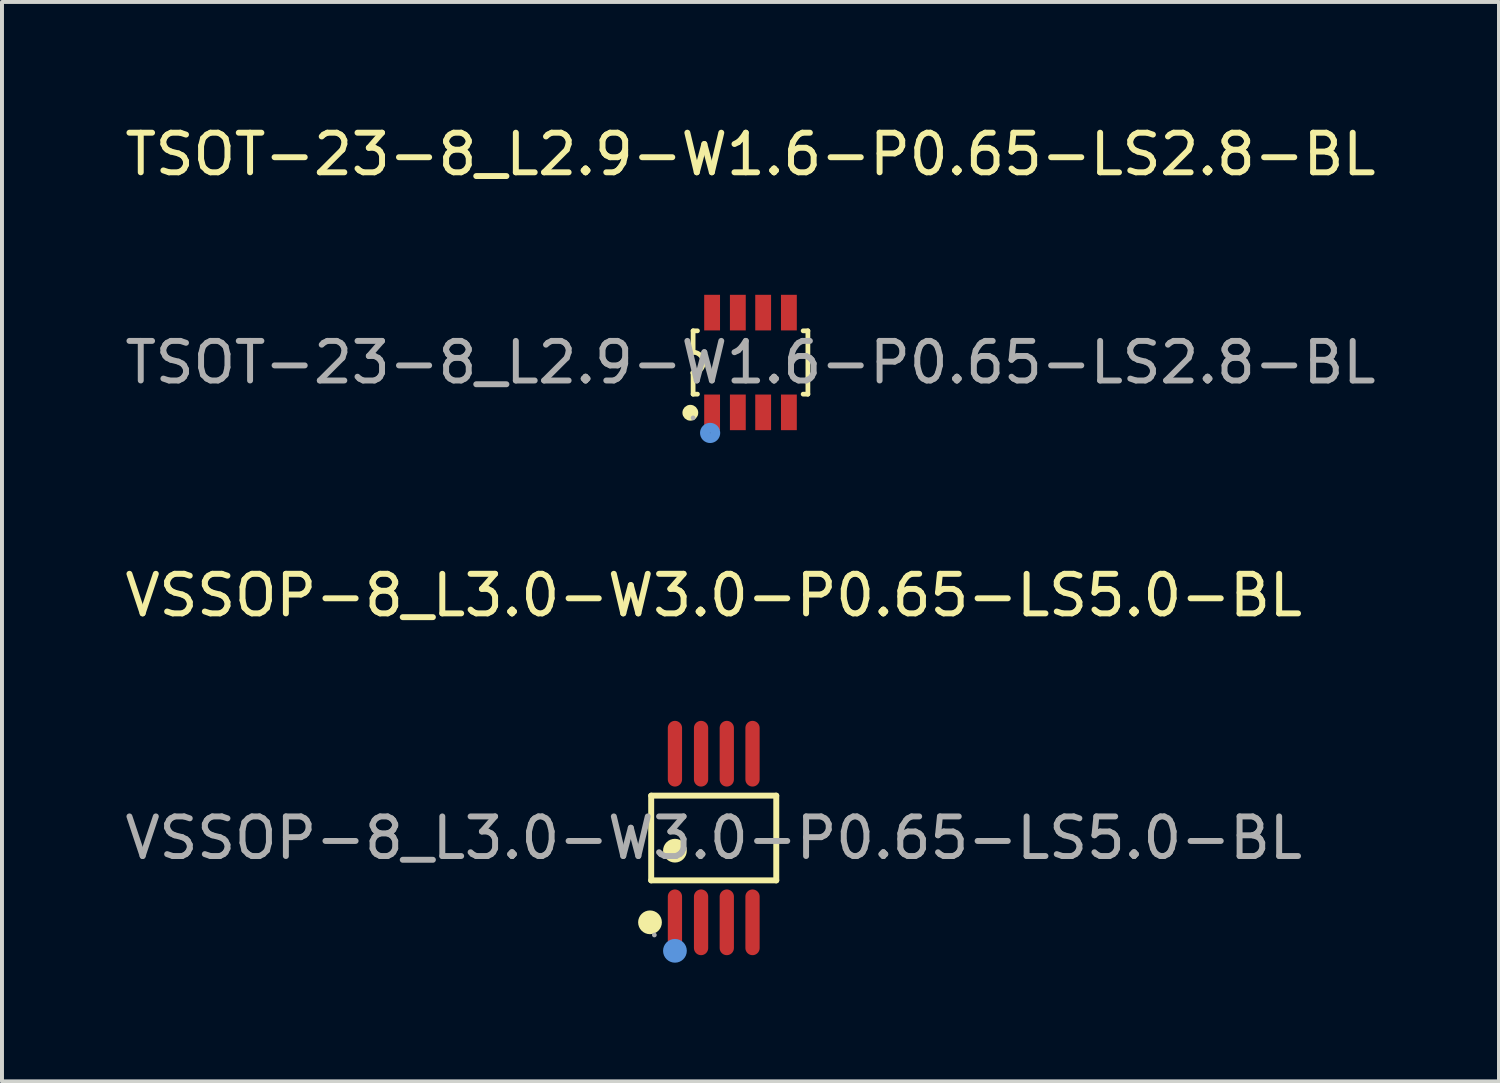
<source format=kicad_pcb>
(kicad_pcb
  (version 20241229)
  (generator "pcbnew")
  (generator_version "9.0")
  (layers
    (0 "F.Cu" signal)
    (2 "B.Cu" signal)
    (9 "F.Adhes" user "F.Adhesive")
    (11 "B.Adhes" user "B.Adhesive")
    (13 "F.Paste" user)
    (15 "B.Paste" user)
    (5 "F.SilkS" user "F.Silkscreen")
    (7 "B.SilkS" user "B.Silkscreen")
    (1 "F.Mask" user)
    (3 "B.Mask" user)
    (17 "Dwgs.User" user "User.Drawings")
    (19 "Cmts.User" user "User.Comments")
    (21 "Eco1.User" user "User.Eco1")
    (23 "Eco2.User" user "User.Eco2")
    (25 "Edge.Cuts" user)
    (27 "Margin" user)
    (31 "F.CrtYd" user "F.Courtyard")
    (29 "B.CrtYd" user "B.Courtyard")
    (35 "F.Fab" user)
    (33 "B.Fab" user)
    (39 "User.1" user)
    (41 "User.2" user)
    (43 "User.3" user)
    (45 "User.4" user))
  (footprint "VSSOP-8_L3.0-W3.0-P0.65-LS5.0-BL"
    (layer "F.Cu")
    (at 14.982 18.122)
    (property "Reference" "VSSOP-8_L3.0-W3.0-P0.65-LS5.0-BL" (at 0 -6.13 0) (layer "F.SilkS") (effects (font (size 1 1) (thickness 0.15))))
    (attr through_hole)
    (fp_line (start -1.58 -1.07) (end 1.58 -1.07) (stroke (width 0.15) (type solid)) (layer "F.SilkS"))
    (fp_line (start -1.58 1.07) (end -1.58 -1.07) (stroke (width 0.15) (type solid)) (layer "F.SilkS"))
    (fp_line (start 1.58 -1.07) (end 1.58 1.07) (stroke (width 0.15) (type solid)) (layer "F.SilkS"))
    (fp_line (start 1.58 1.07) (end -1.58 1.07) (stroke (width 0.15) (type solid)) (layer "F.SilkS"))
    (fp_circle (center -1.61 2.13) (end -1.46 2.13) (stroke (width 0.3) (type solid)) (fill no) (layer "F.SilkS"))
    (fp_circle (center -0.98 0.32) (end -0.83 0.32) (stroke (width 0.3) (type solid)) (fill no) (layer "F.SilkS"))
    (fp_circle (center -0.98 2.85) (end -0.83 2.85) (stroke (width 0.3) (type solid)) (fill no) (layer "Cmts.User"))
    (fp_circle (center -1.5 2.45) (end -1.47 2.45) (stroke (width 0.06) (type solid)) (fill no) (layer "F.Fab"))
    (fp_text user "${REFERENCE}" (at 0 0 0) (layer "F.Fab") (effects (font (size 1 1) (thickness 0.15))))
    (pad "1" smd oval (at -0.98 2.13) (size 0.36 1.66) (layers "F.Cu" "F.Mask" "F.Paste"))
    (pad "2" smd oval (at -0.32 2.13) (size 0.36 1.66) (layers "F.Cu" "F.Mask" "F.Paste"))
    (pad "3" smd oval (at 0.33 2.13) (size 0.36 1.66) (layers "F.Cu" "F.Mask" "F.Paste"))
    (pad "4" smd oval (at 0.98 2.13) (size 0.36 1.66) (layers "F.Cu" "F.Mask" "F.Paste"))
    (pad "5" smd oval (at 0.98 -2.13) (size 0.36 1.66) (layers "F.Cu" "F.Mask" "F.Paste"))
    (pad "6" smd oval (at 0.33 -2.13) (size 0.36 1.66) (layers "F.Cu" "F.Mask" "F.Paste"))
    (pad "7" smd oval (at -0.32 -2.13) (size 0.36 1.66) (layers "F.Cu" "F.Mask" "F.Paste"))
    (pad "8" smd oval (at -0.98 -2.13) (size 0.36 1.66) (layers "F.Cu" "F.Mask" "F.Paste")))
  (footprint "TSOT-23-8_L2.9-W1.6-P0.65-LS2.8-BL"
    (layer "F.Cu")
    (at 15.911 6.108)
    (property "Reference" "TSOT-23-8_L2.9-W1.6-P0.65-LS2.8-BL" (at 0 -5.26 0) (layer "F.SilkS") (effects (font (size 1 1) (thickness 0.15))))
    (attr through_hole)
    (fp_line (start -1.45 -0.8) (end -1.45 -0.25) (stroke (width 0.12) (type solid)) (layer "F.SilkS"))
    (fp_line (start -1.45 -0.8) (end -1.34 -0.8) (stroke (width 0.12) (type solid)) (layer "F.SilkS"))
    (fp_line (start -1.45 0.8) (end -1.45 0.26) (stroke (width 0.12) (type solid)) (layer "F.SilkS"))
    (fp_line (start -1.45 0.8) (end -1.34 0.8) (stroke (width 0.12) (type solid)) (layer "F.SilkS"))
    (fp_line (start 1.33 -0.8) (end 1.45 -0.8) (stroke (width 0.12) (type solid)) (layer "F.SilkS"))
    (fp_line (start 1.33 0.8) (end 1.45 0.8) (stroke (width 0.12) (type solid)) (layer "F.SilkS"))
    (fp_line (start 1.45 0.8) (end 1.45 -0.8) (stroke (width 0.12) (type solid)) (layer "F.SilkS"))
    (fp_arc (start -1.44 -0.26) (mid -1.19 0.01) (end -1.46 0.26) (stroke (width 0.12) (type solid)) (layer "F.SilkS"))
    (fp_circle (center -1.52 1.27) (end -1.42 1.27) (stroke (width 0.2) (type solid)) (fill no) (layer "F.SilkS"))
    (fp_circle (center -1.02 1.78) (end -0.89 1.78) (stroke (width 0.25) (type solid)) (fill no) (layer "Cmts.User"))
    (fp_circle (center -1.45 1.4) (end -1.42 1.4) (stroke (width 0.06) (type solid)) (fill no) (layer "F.Fab"))
    (fp_text user "${REFERENCE}" (at 0 0 0) (layer "F.Fab") (effects (font (size 1 1) (thickness 0.15))))
    (pad "1" smd rect (at -0.97 1.26) (size 0.4 0.9) (layers "F.Cu" "F.Mask" "F.Paste"))
    (pad "2" smd rect (at -0.32 1.26) (size 0.4 0.9) (layers "F.Cu" "F.Mask" "F.Paste"))
    (pad "3" smd rect (at 0.32 1.26) (size 0.4 0.9) (layers "F.Cu" "F.Mask" "F.Paste"))
    (pad "4" smd rect (at 0.97 1.26) (size 0.4 0.9) (layers "F.Cu" "F.Mask" "F.Paste"))
    (pad "5" smd rect (at 0.97 -1.26) (size 0.4 0.9) (layers "F.Cu" "F.Mask" "F.Paste"))
    (pad "6" smd rect (at 0.32 -1.26) (size 0.4 0.9) (layers "F.Cu" "F.Mask" "F.Paste"))
    (pad "7" smd rect (at -0.32 -1.26) (size 0.4 0.9) (layers "F.Cu" "F.Mask" "F.Paste"))
    (pad "8" smd rect (at -0.97 -1.26) (size 0.4 0.9) (layers "F.Cu" "F.Mask" "F.Paste")))
  (gr_rect
    (start -3 -3)
    (end 34.821 24.271)
    (stroke (width 0.1) (type default))
    (fill no)
    (layer "Edge.Cuts")))
</source>
